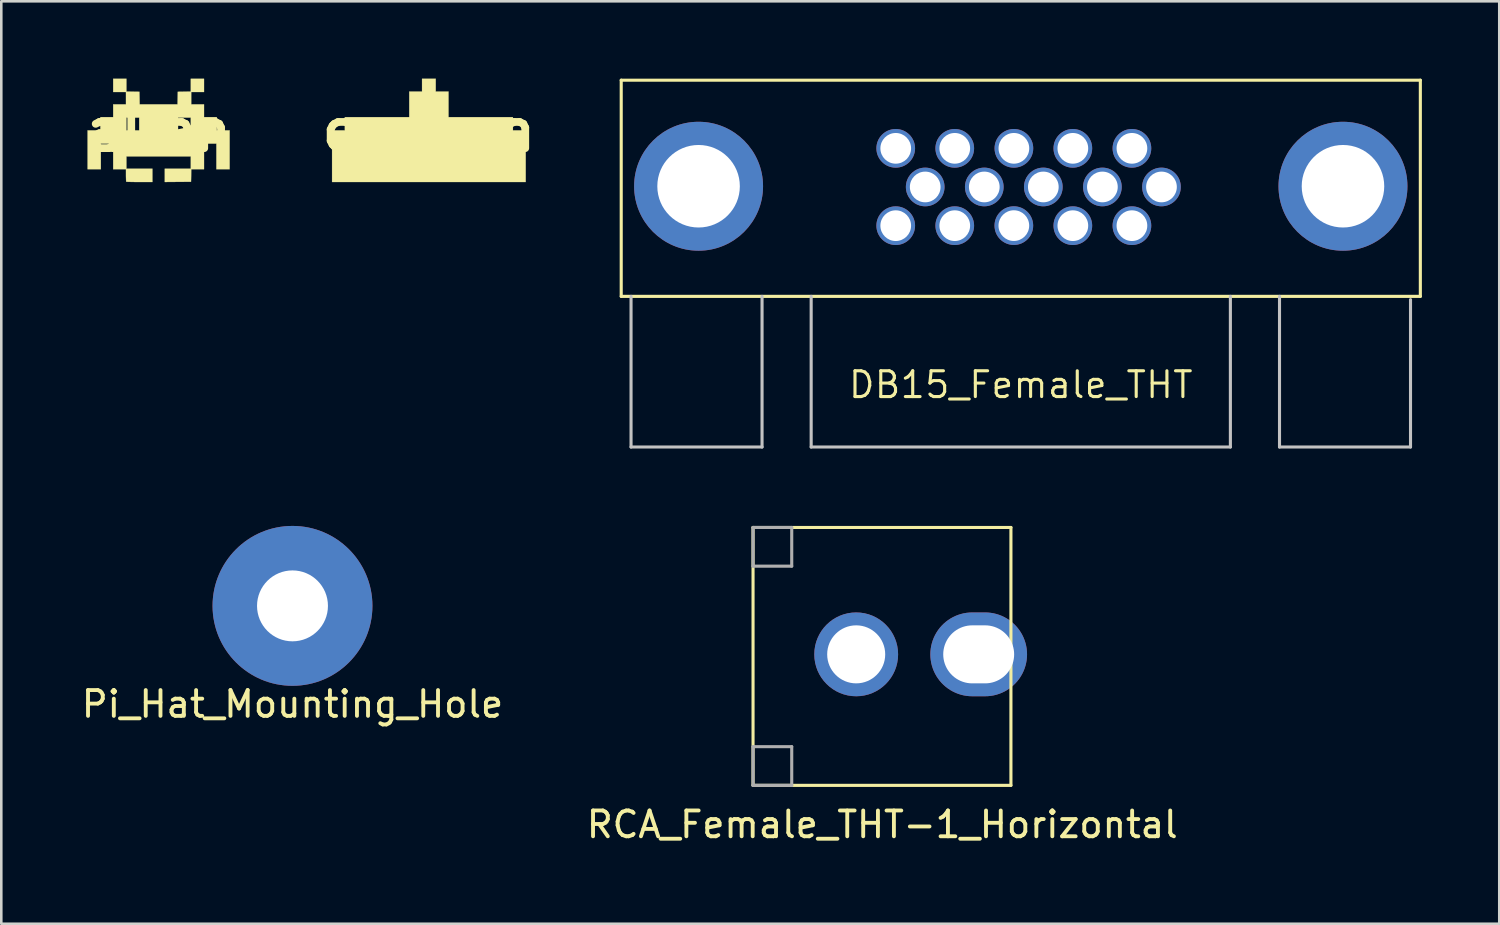
<source format=kicad_pcb>
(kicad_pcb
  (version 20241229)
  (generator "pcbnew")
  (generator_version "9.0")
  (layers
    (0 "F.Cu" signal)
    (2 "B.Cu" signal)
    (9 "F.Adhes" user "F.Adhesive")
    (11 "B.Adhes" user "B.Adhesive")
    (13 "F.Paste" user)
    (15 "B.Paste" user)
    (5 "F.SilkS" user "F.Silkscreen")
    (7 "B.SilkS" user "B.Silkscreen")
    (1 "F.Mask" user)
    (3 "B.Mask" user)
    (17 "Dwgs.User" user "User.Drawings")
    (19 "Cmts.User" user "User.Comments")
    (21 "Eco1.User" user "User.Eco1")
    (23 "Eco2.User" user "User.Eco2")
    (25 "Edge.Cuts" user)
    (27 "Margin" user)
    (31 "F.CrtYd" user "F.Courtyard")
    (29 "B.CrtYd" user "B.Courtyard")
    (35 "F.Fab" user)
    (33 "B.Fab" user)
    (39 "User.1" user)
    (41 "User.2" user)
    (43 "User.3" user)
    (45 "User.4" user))
  (footprint "DB15_Female_THT"
    (layer "F.Cu")
    (at 36.533 7.172)
    (property "Reference" "DB15_Female_THT" (at 0 4.699 0) (layer "F.SilkS") (effects (font (size 1 1) (thickness 0.12))))
    (attr through_hole)
    (fp_line (start -15.494 1.27) (end -15.494 -7.112) (stroke (width 0.12) (type solid)) (layer "F.SilkS"))
    (fp_line (start -15.494 1.27) (end 15.494 1.27) (stroke (width 0.12) (type solid)) (layer "F.SilkS"))
    (fp_line (start 15.494 -7.112) (end -15.494 -7.112) (stroke (width 0.12) (type solid)) (layer "F.SilkS"))
    (fp_line (start 15.494 -7.112) (end 15.494 1.27) (stroke (width 0.12) (type solid)) (layer "F.SilkS"))
    (fp_line (start -15.113 1.27) (end -15.113 7.112) (stroke (width 0.12) (type solid)) (layer "Dwgs.User"))
    (fp_line (start -15.113 7.112) (end -10.033 7.112) (stroke (width 0.12) (type solid)) (layer "Dwgs.User"))
    (fp_line (start -10.033 1.27) (end -10.033 7.112) (stroke (width 0.12) (type solid)) (layer "Dwgs.User"))
    (fp_line (start -8.128 1.27) (end -8.128 7.112) (stroke (width 0.12) (type solid)) (layer "Dwgs.User"))
    (fp_line (start -8.128 7.112) (end 8.128 7.112) (stroke (width 0.12) (type solid)) (layer "Dwgs.User"))
    (fp_line (start 8.128 7.112) (end 8.128 1.27) (stroke (width 0.12) (type solid)) (layer "Dwgs.User"))
    (fp_line (start 10.033 1.27) (end 10.033 7.112) (stroke (width 0.12) (type solid)) (layer "Dwgs.User"))
    (fp_line (start 10.033 7.112) (end 15.113 7.112) (stroke (width 0.12) (type solid)) (layer "Dwgs.User"))
    (fp_line (start 15.113 7.112) (end 15.113 1.397) (stroke (width 0.12) (type solid)) (layer "Dwgs.User"))
    (pad "" thru_hole circle (at -12.494 -3) (size 5 5) (drill 3.2) (layers "*.Cu" "*.Mask"))
    (pad "" thru_hole circle (at 12.494 -3) (size 5 5) (drill 3.2) (layers "*.Cu" "*.Mask"))
    (pad "1" thru_hole circle (at 4.31 -4.47) (size 1.5 1.5) (drill 1.19) (layers "*.Cu" "*.Mask"))
    (pad "2" thru_hole circle (at 2.019 -4.47) (size 1.5 1.5) (drill 1.19) (layers "*.Cu" "*.Mask"))
    (pad "3" thru_hole circle (at -0.267 -4.47) (size 1.5 1.5) (drill 1.19) (layers "*.Cu" "*.Mask"))
    (pad "4" thru_hole circle (at -2.56 -4.47) (size 1.5 1.5) (drill 1.19) (layers "*.Cu" "*.Mask"))
    (pad "5" thru_hole circle (at -4.849 -4.47) (size 1.5 1.5) (drill 1.19) (layers "*.Cu" "*.Mask"))
    (pad "6" thru_hole circle (at 5.456 -2.972) (size 1.5 1.5) (drill 1.19) (layers "*.Cu" "*.Mask"))
    (pad "7" thru_hole circle (at 3.165 -2.972) (size 1.5 1.5) (drill 1.19) (layers "*.Cu" "*.Mask"))
    (pad "8" thru_hole circle (at 0.874 -2.972) (size 1.5 1.5) (drill 1.19) (layers "*.Cu" "*.Mask"))
    (pad "9" thru_hole circle (at -1.415 -2.972) (size 1.5 1.5) (drill 1.19) (layers "*.Cu" "*.Mask"))
    (pad "10" thru_hole circle (at -3.706 -2.972) (size 1.5 1.5) (drill 1.19) (layers "*.Cu" "*.Mask"))
    (pad "11" thru_hole circle (at 4.31 -1.471) (size 1.5 1.5) (drill 1.19) (layers "*.Cu" "*.Mask"))
    (pad "12" thru_hole circle (at 2.019 -1.471) (size 1.5 1.5) (drill 1.19) (layers "*.Cu" "*.Mask"))
    (pad "13" thru_hole circle (at -0.269 -1.473) (size 1.5 1.5) (drill 1.19) (layers "*.Cu" "*.Mask"))
    (pad "14" thru_hole circle (at -2.56 -1.471) (size 1.5 1.5) (drill 1.19) (layers "*.Cu" "*.Mask"))
    (pad "15" thru_hole circle (at -4.849 -1.471) (size 1.5 1.5) (drill 1.19) (layers "*.Cu" "*.Mask")))
  (footprint "RCA_Female_THT-1_Horizontal"
    (layer "F.Cu")
    (at 31.151 22.324)
    (property "Reference" "RCA_Female_THT-1_Horizontal" (at 0.01 6.6 0) (layer "F.SilkS") (effects (font (size 1 1) (thickness 0.15))))
    (attr through_hole)
    (fp_line (start -5 -4.92) (end -5 5.08) (stroke (width 0.12) (type solid)) (layer "F.SilkS"))
    (fp_line (start -5 5.08) (end 5 5.08) (stroke (width 0.12) (type solid)) (layer "F.SilkS"))
    (fp_line (start 5 -4.92) (end -5 -4.92) (stroke (width 0.12) (type solid)) (layer "F.SilkS"))
    (fp_line (start 5 5.08) (end 5 -4.92) (stroke (width 0.12) (type solid)) (layer "F.SilkS"))
    (fp_line (start -5 -4.92) (end -3.5 -4.92) (stroke (width 0.12) (type solid)) (layer "F.Fab"))
    (fp_line (start -5 -3.42) (end -5 -4.92) (stroke (width 0.12) (type solid)) (layer "F.Fab"))
    (fp_line (start -5 3.58) (end -3.5 3.58) (stroke (width 0.12) (type solid)) (layer "F.Fab"))
    (fp_line (start -5 5.08) (end -5 3.58) (stroke (width 0.12) (type solid)) (layer "F.Fab"))
    (fp_line (start -3.5 -4.92) (end -3.5 -3.42) (stroke (width 0.12) (type solid)) (layer "F.Fab"))
    (fp_line (start -3.5 -3.42) (end -5 -3.42) (stroke (width 0.12) (type solid)) (layer "F.Fab"))
    (fp_line (start -3.5 3.58) (end -3.5 5.08) (stroke (width 0.12) (type solid)) (layer "F.Fab"))
    (fp_line (start -3.5 5.08) (end -5 5.08) (stroke (width 0.12) (type solid)) (layer "F.Fab"))
    (pad "1" thru_hole oval (at 3.75 0) (size 3.75 3.25) (drill oval 2.75 2.25) (layers "*.Cu" "*.Mask"))
    (pad "2" thru_hole circle (at -1 0) (size 3.25 3.25) (drill 2.25) (layers "*.Cu" "*.Mask")))
  (footprint "alien"
    (layer "F.Cu")
    (at 3.092 2.006)
    (property "Reference" "alien" (at 0 0 0) (layer "F.SilkS") (effects (font (size 1.524 1.524) (thickness 0.3))))
    (attr through_hole)
    (fp_poly (pts (xy -1.24 -1.506) (xy -0.988 -1.501) (xy -0.736 -1.497) (xy -0.731 -1.253) (xy -0.727 -1.009) (xy 0.743 -1.009) (xy 0.752 -1.497) (xy 1.005 -1.501) (xy 1.257 -1.506) (xy 1.257 -2.001) (xy 1.769 -2.001) (xy 1.769 -1.488) (xy 1.273 -1.488) (xy 1.273 -1.009) (xy 1.769 -1.009) (xy 1.769 -0.513) (xy 2.265 -0.513) (xy 2.265 0) (xy 2.762 0) (xy 2.762 1.505) (xy 2.249 1.505) (xy 2.249 0.513) (xy 1.769 0.513) (xy 1.769 1.505) (xy 1.274 1.505) (xy 1.27 1.749) (xy 1.265 1.993) (xy 0.757 1.997) (xy 0.248 2.001) (xy 0.248 1.488) (xy 1.257 1.488) (xy 1.257 1.009) (xy -1.24 1.009) (xy -1.24 1.488) (xy -0.232 1.488) (xy -0.232 2.001) (xy -0.733 2.001) (xy -0.859 2.001) (xy -0.974 2) (xy -1.074 1.998) (xy -1.154 1.996) (xy -1.212 1.994) (xy -1.242 1.991) (xy -1.246 1.99) (xy -1.25 1.97) (xy -1.253 1.924) (xy -1.255 1.857) (xy -1.257 1.775) (xy -1.257 1.742) (xy -1.257 1.505) (xy -1.753 1.505) (xy -1.753 0.513) (xy -2.232 0.513) (xy -2.232 1.505) (xy -2.745 1.505) (xy -2.745 0) (xy -2.249 0) (xy -2.249 -0.496) (xy -1.24 -0.496) (xy -1.24 0) (xy -0.744 0) (xy -0.744 -0.496) (xy 0.761 -0.496) (xy 0.761 0) (xy 1.257 0) (xy 1.257 -0.496) (xy 0.761 -0.496) (xy -0.744 -0.496) (xy -1.24 -0.496) (xy -2.249 -0.496) (xy -2.249 -0.513) (xy -1.753 -0.513) (xy -1.753 -1.009) (xy -1.257 -1.009) (xy -1.257 -1.488) (xy -1.753 -1.488) (xy -1.753 -2.001) (xy -1.24 -2.001) (xy -1.24 -1.506)) (stroke (width 0.01) (type solid)) (fill yes) (layer "F.SilkS")))
  (footprint "Pi_Hat_Mounting_Hole"
    (layer "F.Cu")
    (at 8.292 20.444)
    (property "Reference" "Pi_Hat_Mounting_Hole" (at 0 3.81 0) (layer "F.SilkS") (effects (font (size 1 1) (thickness 0.15))))
    (attr through_hole)
    (pad "" thru_hole circle (at 0 0) (size 6.2 6.2) (drill 2.75) (layers "*.Cu" "*.Mask")))
  (footprint "cannon"
    (layer "F.Cu")
    (at 13.581 2.006)
    (property "Reference" "cannon" (at 0 0 0) (layer "F.SilkS") (effects (font (size 1.524 1.524) (thickness 0.3))))
    (attr through_hole)
    (fp_poly (pts (xy 0.265 -1.505) (xy 0.761 -1.505) (xy 0.761 -0.513) (xy 3.258 -0.513) (xy 3.258 0) (xy 3.754 0) (xy 3.754 2.001) (xy -3.754 2.001) (xy -3.754 0) (xy -3.258 0) (xy -3.258 -0.513) (xy -0.761 -0.513) (xy -0.761 -1.505) (xy -0.265 -1.505) (xy -0.265 -2.001) (xy 0.265 -2.001) (xy 0.265 -1.505)) (stroke (width 0.01) (type solid)) (fill yes) (layer "F.SilkS")))
  (gr_rect
    (start -3 -3)
    (end 55.087 32.772)
    (stroke (width 0.1) (type default))
    (fill no)
    (layer "Edge.Cuts")))
</source>
